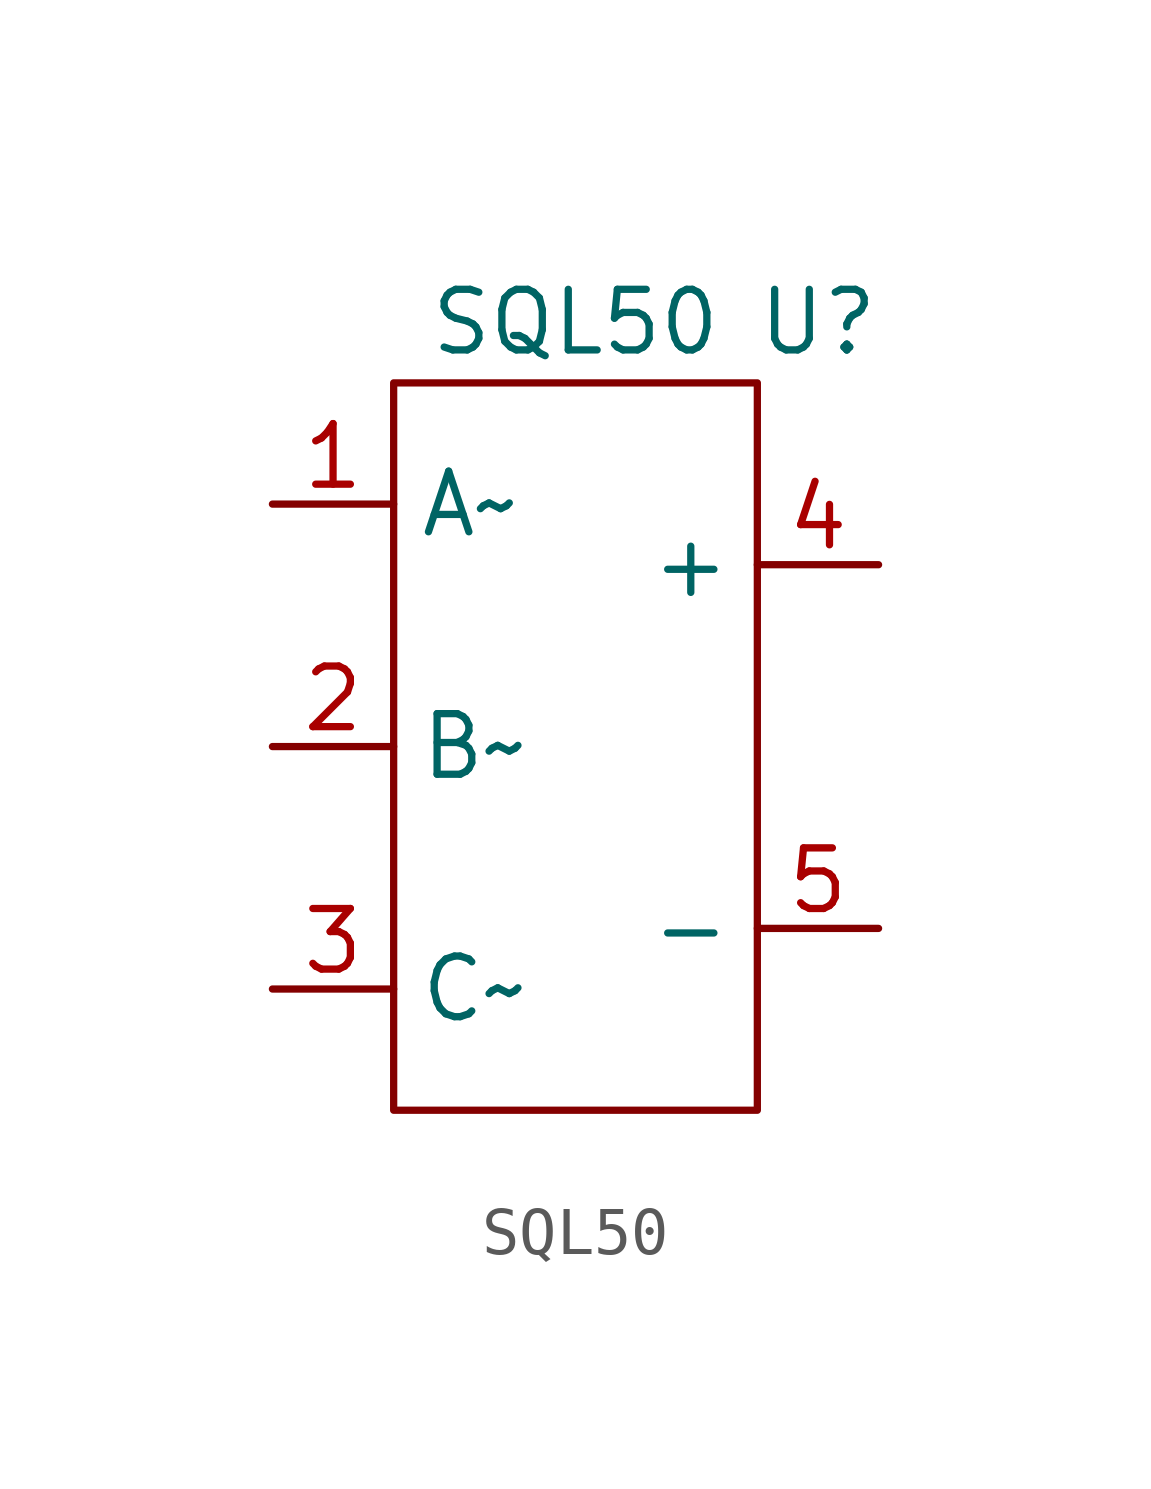
<source format=kicad_sym>
(kicad_symbol_lib
  (version 20211014)
  (generator kicad_symbol_editor)
  (symbol "SQL50"
    (property "Reference" "U"
      (at 5.08 8.89 0)
      (effects (font (size 1.27 1.27))))
    (property "Value" "SQL50"
      (at 0 8.89 0)
      (effects (font (size 1.27 1.27))))
    (symbol "SQL50_0_1"
      (rectangle (start -3.81 7.62) (end 3.81 -7.62) (stroke (width 0) (type default) (color 0 0 0 0)) (fill (type none))))
    (symbol "SQL50_1_1"
      (pin input line (at -6.35 5.08 0) (length 2.54) (name "A~" (effects (font (size 1.27 1.27)))) (number "1" (effects (font (size 1.27 1.27)))))
      (pin input line (at -6.35 0 0) (length 2.54) (name "B~" (effects (font (size 1.27 1.27)))) (number "2" (effects (font (size 1.27 1.27)))))
      (pin input line (at -6.35 -5.08 0) (length 2.54) (name "C~" (effects (font (size 1.27 1.27)))) (number "3" (effects (font (size 1.27 1.27)))))
      (pin output line (at 6.35 3.81 180) (length 2.54) (name "+" (effects (font (size 1.27 1.27)))) (number "4" (effects (font (size 1.27 1.27)))))
      (pin output line (at 6.35 -3.81 180) (length 2.54) (name "-" (effects (font (size 1.27 1.27)))) (number "5" (effects (font (size 1.27 1.27))))))))
</source>
